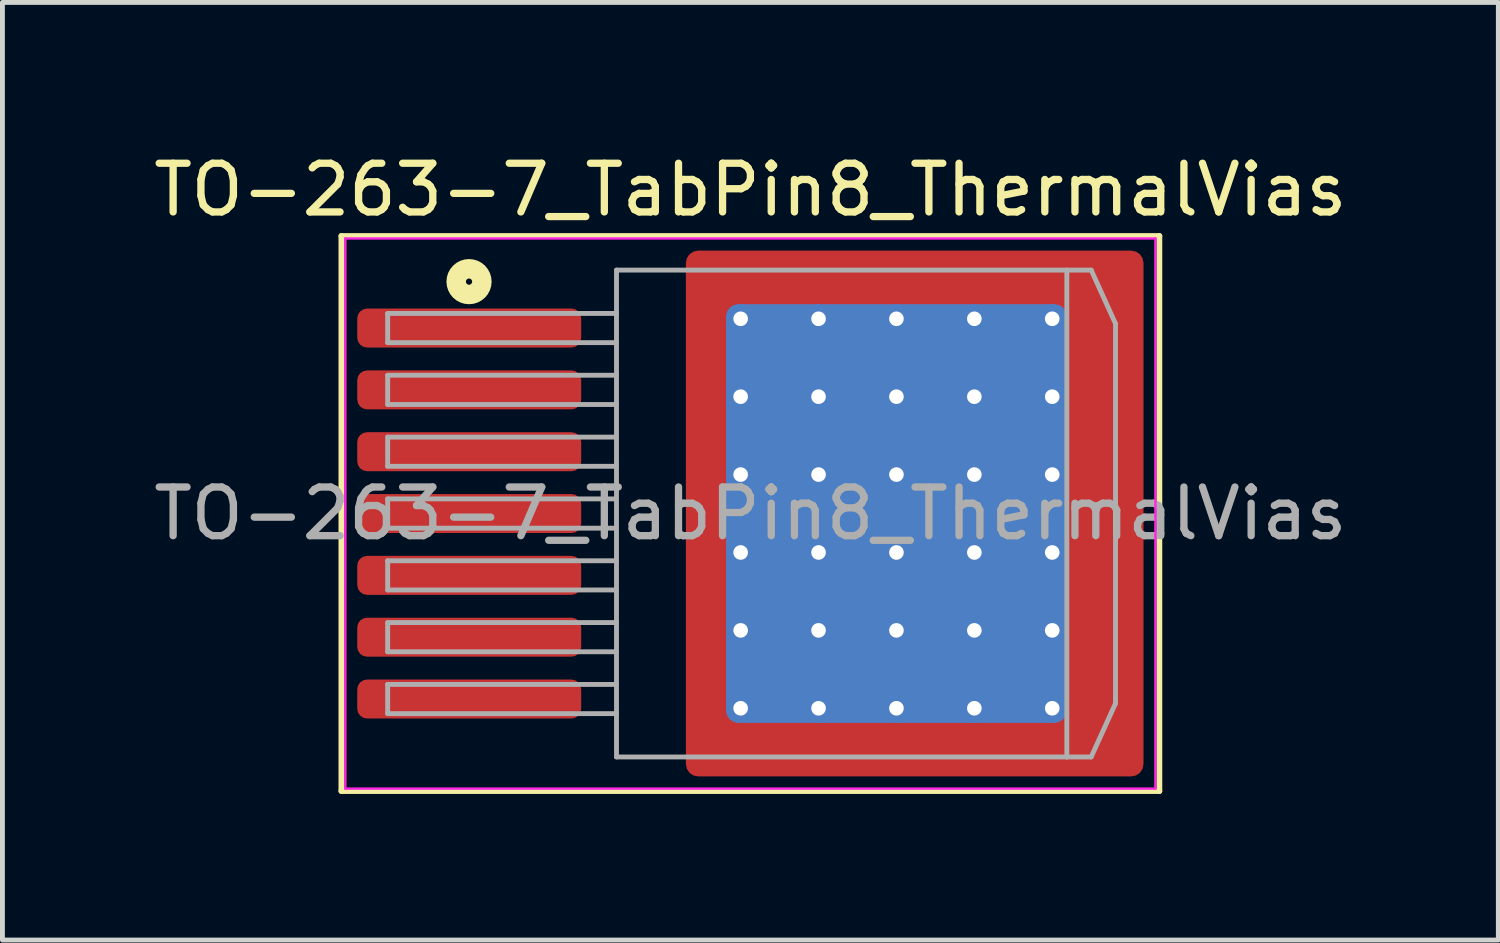
<source format=kicad_pcb>
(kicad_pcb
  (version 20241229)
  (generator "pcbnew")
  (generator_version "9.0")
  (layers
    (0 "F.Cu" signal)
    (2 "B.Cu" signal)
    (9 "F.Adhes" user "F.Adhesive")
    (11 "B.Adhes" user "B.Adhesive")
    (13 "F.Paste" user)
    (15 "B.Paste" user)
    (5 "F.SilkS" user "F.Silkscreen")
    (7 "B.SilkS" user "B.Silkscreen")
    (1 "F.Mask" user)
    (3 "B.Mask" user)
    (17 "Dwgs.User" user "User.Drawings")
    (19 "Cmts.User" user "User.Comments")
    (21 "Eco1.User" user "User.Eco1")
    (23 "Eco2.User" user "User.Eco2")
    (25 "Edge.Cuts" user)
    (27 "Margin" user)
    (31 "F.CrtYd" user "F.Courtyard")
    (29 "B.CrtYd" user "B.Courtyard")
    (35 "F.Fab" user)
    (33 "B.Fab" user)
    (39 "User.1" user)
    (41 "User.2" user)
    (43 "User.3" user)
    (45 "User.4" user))
  (footprint "TO-263-7_TabPin8_ThermalVias"
    (layer "F.Cu")
    (at 12.363 7.498)
    (property "Reference" "TO-263-7_TabPin8_ThermalVias" (at 0 -6.65 0) (layer "F.SilkS") (effects (font (size 1 1) (thickness 0.15))))
    (attr smd)
    (fp_line (start -8.4 -5.7) (end -8.4 5.7) (stroke (width 0.12) (type solid)) (layer "F.SilkS"))
    (fp_line (start -8.4 5.7) (end 8.4 5.7) (stroke (width 0.12) (type solid)) (layer "F.SilkS"))
    (fp_line (start 8.4 -5.7) (end -8.4 -5.7) (stroke (width 0.12) (type solid)) (layer "F.SilkS"))
    (fp_line (start 8.4 5.7) (end 8.4 -5.7) (stroke (width 0.12) (type solid)) (layer "F.SilkS"))
    (fp_circle (center -5.779 -4.763) (end -5.715 -4.763) (stroke (width 0.4) (type solid)) (fill no) (layer "F.SilkS"))
    (fp_line (start -8.32 -5.65) (end -8.32 5.65) (stroke (width 0.05) (type solid)) (layer "F.CrtYd"))
    (fp_line (start -8.32 5.65) (end 8.32 5.65) (stroke (width 0.05) (type solid)) (layer "F.CrtYd"))
    (fp_line (start 8.32 -5.65) (end -8.32 -5.65) (stroke (width 0.05) (type solid)) (layer "F.CrtYd"))
    (fp_line (start 8.32 5.65) (end 8.32 -5.65) (stroke (width 0.05) (type solid)) (layer "F.CrtYd"))
    (fp_line (start -7.45 -4.11) (end -7.45 -3.51) (stroke (width 0.1) (type solid)) (layer "F.Fab"))
    (fp_line (start -7.45 -3.51) (end -2.75 -3.51) (stroke (width 0.1) (type solid)) (layer "F.Fab"))
    (fp_line (start -7.45 -2.84) (end -7.45 -2.24) (stroke (width 0.1) (type solid)) (layer "F.Fab"))
    (fp_line (start -7.45 -2.24) (end -2.75 -2.24) (stroke (width 0.1) (type solid)) (layer "F.Fab"))
    (fp_line (start -7.45 -1.57) (end -7.45 -0.97) (stroke (width 0.1) (type solid)) (layer "F.Fab"))
    (fp_line (start -7.45 -0.97) (end -2.75 -0.97) (stroke (width 0.1) (type solid)) (layer "F.Fab"))
    (fp_line (start -7.45 -0.3) (end -7.45 0.3) (stroke (width 0.1) (type solid)) (layer "F.Fab"))
    (fp_line (start -7.45 0.3) (end -2.75 0.3) (stroke (width 0.1) (type solid)) (layer "F.Fab"))
    (fp_line (start -7.45 0.97) (end -7.45 1.57) (stroke (width 0.1) (type solid)) (layer "F.Fab"))
    (fp_line (start -7.45 1.57) (end -2.75 1.57) (stroke (width 0.1) (type solid)) (layer "F.Fab"))
    (fp_line (start -7.45 2.24) (end -7.45 2.84) (stroke (width 0.1) (type solid)) (layer "F.Fab"))
    (fp_line (start -7.45 2.84) (end -2.75 2.84) (stroke (width 0.1) (type solid)) (layer "F.Fab"))
    (fp_line (start -7.45 3.51) (end -7.45 4.11) (stroke (width 0.1) (type solid)) (layer "F.Fab"))
    (fp_line (start -7.45 4.11) (end -2.75 4.11) (stroke (width 0.1) (type solid)) (layer "F.Fab"))
    (fp_line (start -2.75 -5) (end 6.5 -5) (stroke (width 0.1) (type solid)) (layer "F.Fab"))
    (fp_line (start -2.75 -4.11) (end -7.45 -4.11) (stroke (width 0.1) (type solid)) (layer "F.Fab"))
    (fp_line (start -2.75 -2.84) (end -7.45 -2.84) (stroke (width 0.1) (type solid)) (layer "F.Fab"))
    (fp_line (start -2.75 -1.57) (end -7.45 -1.57) (stroke (width 0.1) (type solid)) (layer "F.Fab"))
    (fp_line (start -2.75 -0.3) (end -7.45 -0.3) (stroke (width 0.1) (type solid)) (layer "F.Fab"))
    (fp_line (start -2.75 0.97) (end -7.45 0.97) (stroke (width 0.1) (type solid)) (layer "F.Fab"))
    (fp_line (start -2.75 2.24) (end -7.45 2.24) (stroke (width 0.1) (type solid)) (layer "F.Fab"))
    (fp_line (start -2.75 3.51) (end -7.45 3.51) (stroke (width 0.1) (type solid)) (layer "F.Fab"))
    (fp_line (start -2.75 5) (end -2.75 -5) (stroke (width 0.1) (type solid)) (layer "F.Fab"))
    (fp_line (start 6.5 -5) (end 6.5 5) (stroke (width 0.1) (type solid)) (layer "F.Fab"))
    (fp_line (start 6.5 -5) (end 7 -5) (stroke (width 0.1) (type solid)) (layer "F.Fab"))
    (fp_line (start 6.5 5) (end -2.75 5) (stroke (width 0.1) (type solid)) (layer "F.Fab"))
    (fp_line (start 6.5 5) (end 7 5) (stroke (width 0.1) (type solid)) (layer "F.Fab"))
    (fp_line (start 7 -5) (end 7.5 -3.9) (stroke (width 0.1) (type solid)) (layer "F.Fab"))
    (fp_line (start 7 5) (end 7.5 3.9) (stroke (width 0.1) (type solid)) (layer "F.Fab"))
    (fp_line (start 7.5 -3.9) (end 7.5 3.9) (stroke (width 0.1) (type solid)) (layer "F.Fab"))
    (fp_text user "${REFERENCE}" (at 0 0 0) (layer "F.Fab") (effects (font (size 1 1) (thickness 0.15))))
    (pad "" smd roundrect (at -0.75 -4.65 90) (size 1.1 0.9) (layers "F.Paste") (roundrect_rratio 0.25))
    (pad "" smd roundrect (at -0.75 -3.2 90) (size 1.4 0.9) (layers "F.Paste") (roundrect_rratio 0.25))
    (pad "" smd roundrect (at -0.75 -1.6 90) (size 1.4 0.9) (layers "F.Paste") (roundrect_rratio 0.25))
    (pad "" smd roundrect (at -0.75 0 90) (size 1.4 0.9) (layers "F.Paste") (roundrect_rratio 0.25))
    (pad "" smd roundrect (at -0.75 1.6 90) (size 1.4 0.9) (layers "F.Paste") (roundrect_rratio 0.25))
    (pad "" smd roundrect (at -0.75 3.2 90) (size 1.4 0.9) (layers "F.Paste") (roundrect_rratio 0.25))
    (pad "" smd roundrect (at -0.75 4.65 90) (size 1.1 0.9) (layers "F.Paste") (roundrect_rratio 0.25))
    (pad "" smd roundrect (at 0.6 -4.65) (size 1.4 1.1) (layers "F.Paste") (roundrect_rratio 0.227))
    (pad "" smd roundrect (at 0.6 -3.2) (size 1.4 1.4) (layers "F.Paste") (roundrect_rratio 0.179))
    (pad "" smd roundrect (at 0.6 -1.6) (size 1.4 1.4) (layers "F.Paste") (roundrect_rratio 0.179))
    (pad "" smd roundrect (at 0.6 0) (size 1.4 1.4) (layers "F.Paste") (roundrect_rratio 0.179))
    (pad "" smd roundrect (at 0.6 1.6) (size 1.4 1.4) (layers "F.Paste") (roundrect_rratio 0.179))
    (pad "" smd roundrect (at 0.6 3.2) (size 1.4 1.4) (layers "F.Paste") (roundrect_rratio 0.179))
    (pad "" smd roundrect (at 0.6 4.65) (size 1.4 1.1) (layers "F.Paste") (roundrect_rratio 0.227))
    (pad "" smd roundrect (at 2.2 -4.65) (size 1.4 1.1) (layers "F.Paste") (roundrect_rratio 0.227))
    (pad "" smd roundrect (at 2.2 -3.2) (size 1.4 1.4) (layers "F.Paste") (roundrect_rratio 0.179))
    (pad "" smd roundrect (at 2.2 -1.6) (size 1.4 1.4) (layers "F.Paste") (roundrect_rratio 0.179))
    (pad "" smd roundrect (at 2.2 0) (size 1.4 1.4) (layers "F.Paste") (roundrect_rratio 0.179))
    (pad "" smd roundrect (at 2.2 1.6) (size 1.4 1.4) (layers "F.Paste") (roundrect_rratio 0.179))
    (pad "" smd roundrect (at 2.2 3.2) (size 1.4 1.4) (layers "F.Paste") (roundrect_rratio 0.179))
    (pad "" smd roundrect (at 2.2 4.65) (size 1.4 1.1) (layers "F.Paste") (roundrect_rratio 0.227))
    (pad "" smd roundrect (at 3.8 -4.65) (size 1.4 1.1) (layers "F.Paste") (roundrect_rratio 0.227))
    (pad "" smd roundrect (at 3.8 -3.2) (size 1.4 1.4) (layers "F.Paste") (roundrect_rratio 0.179))
    (pad "" smd roundrect (at 3.8 -1.6) (size 1.4 1.4) (layers "F.Paste") (roundrect_rratio 0.179))
    (pad "" smd roundrect (at 3.8 0) (size 1.4 1.4) (layers "F.Paste") (roundrect_rratio 0.179))
    (pad "" smd roundrect (at 3.8 1.6) (size 1.4 1.4) (layers "F.Paste") (roundrect_rratio 0.179))
    (pad "" smd roundrect (at 3.8 3.2) (size 1.4 1.4) (layers "F.Paste") (roundrect_rratio 0.179))
    (pad "" smd roundrect (at 3.8 4.65) (size 1.4 1.1) (layers "F.Paste") (roundrect_rratio 0.227))
    (pad "" smd roundrect (at 5.45 -4.65) (size 1.4 1.1) (layers "F.Paste") (roundrect_rratio 0.227))
    (pad "" smd roundrect (at 5.45 -3.2) (size 1.4 1.4) (layers "F.Paste") (roundrect_rratio 0.179))
    (pad "" smd roundrect (at 5.45 -1.6) (size 1.4 1.4) (layers "F.Paste") (roundrect_rratio 0.179))
    (pad "" smd roundrect (at 5.45 0) (size 1.4 1.4) (layers "F.Paste") (roundrect_rratio 0.179))
    (pad "" smd roundrect (at 5.45 1.6) (size 1.4 1.4) (layers "F.Paste") (roundrect_rratio 0.179))
    (pad "" smd roundrect (at 5.45 3.2) (size 1.4 1.4) (layers "F.Paste") (roundrect_rratio 0.179))
    (pad "" smd roundrect (at 5.45 4.65) (size 1.4 1.1) (layers "F.Paste") (roundrect_rratio 0.227))
    (pad "" smd roundrect (at 7.05 -4.65) (size 1.4 1.1) (layers "F.Paste") (roundrect_rratio 0.227))
    (pad "" smd roundrect (at 7.05 -3.2) (size 1.4 1.4) (layers "F.Paste") (roundrect_rratio 0.179))
    (pad "" smd roundrect (at 7.05 -1.6) (size 1.4 1.4) (layers "F.Paste") (roundrect_rratio 0.179))
    (pad "" smd roundrect (at 7.05 0) (size 1.4 1.4) (layers "F.Paste") (roundrect_rratio 0.179))
    (pad "" smd roundrect (at 7.05 1.6) (size 1.4 1.4) (layers "F.Paste") (roundrect_rratio 0.179))
    (pad "" smd roundrect (at 7.05 3.2) (size 1.4 1.4) (layers "F.Paste") (roundrect_rratio 0.179))
    (pad "" smd roundrect (at 7.05 4.65) (size 1.4 1.1) (layers "F.Paste") (roundrect_rratio 0.227))
    (pad "1" smd roundrect (at -5.775 -3.81) (size 4.6 0.8) (layers "F.Cu" "F.Mask" "F.Paste") (roundrect_rratio 0.25))
    (pad "2" smd roundrect (at -5.775 -2.54) (size 4.6 0.8) (layers "F.Cu" "F.Mask" "F.Paste") (roundrect_rratio 0.25))
    (pad "3" smd roundrect (at -5.775 -1.27) (size 4.6 0.8) (layers "F.Cu" "F.Mask" "F.Paste") (roundrect_rratio 0.25))
    (pad "4" smd roundrect (at -5.775 0) (size 4.6 0.8) (layers "F.Cu" "F.Mask" "F.Paste") (roundrect_rratio 0.25))
    (pad "5" smd roundrect (at -5.775 1.27) (size 4.6 0.8) (layers "F.Cu" "F.Mask" "F.Paste") (roundrect_rratio 0.25))
    (pad "6" smd roundrect (at -5.775 2.54) (size 4.6 0.8) (layers "F.Cu" "F.Mask" "F.Paste") (roundrect_rratio 0.25))
    (pad "7" smd roundrect (at -5.775 3.81) (size 4.6 0.8) (layers "F.Cu" "F.Mask" "F.Paste") (roundrect_rratio 0.25))
    (pad "8" thru_hole circle (at -0.2 -4) (size 0.6 0.6) (drill 0.3) (property pad_prop_heatsink) (layers "*.Cu"))
    (pad "8" thru_hole circle (at -0.2 -2.4) (size 0.6 0.6) (drill 0.3) (property pad_prop_heatsink) (layers "*.Cu"))
    (pad "8" thru_hole circle (at -0.2 -0.8) (size 0.6 0.6) (drill 0.3) (property pad_prop_heatsink) (layers "*.Cu"))
    (pad "8" thru_hole circle (at -0.2 0.8) (size 0.6 0.6) (drill 0.3) (property pad_prop_heatsink) (layers "*.Cu"))
    (pad "8" thru_hole circle (at -0.2 2.4) (size 0.6 0.6) (drill 0.3) (property pad_prop_heatsink) (layers "*.Cu"))
    (pad "8" thru_hole circle (at -0.2 4) (size 0.6 0.6) (drill 0.3) (property pad_prop_heatsink) (layers "*.Cu"))
    (pad "8" thru_hole circle (at 1.4 -4) (size 0.6 0.6) (drill 0.3) (property pad_prop_heatsink) (layers "*.Cu"))
    (pad "8" thru_hole circle (at 1.4 -2.4) (size 0.6 0.6) (drill 0.3) (property pad_prop_heatsink) (layers "*.Cu"))
    (pad "8" thru_hole circle (at 1.4 -0.8) (size 0.6 0.6) (drill 0.3) (property pad_prop_heatsink) (layers "*.Cu"))
    (pad "8" thru_hole circle (at 1.4 0.8) (size 0.6 0.6) (drill 0.3) (property pad_prop_heatsink) (layers "*.Cu"))
    (pad "8" thru_hole circle (at 1.4 2.4) (size 0.6 0.6) (drill 0.3) (property pad_prop_heatsink) (layers "*.Cu"))
    (pad "8" thru_hole circle (at 1.4 4) (size 0.6 0.6) (drill 0.3) (property pad_prop_heatsink) (layers "*.Cu"))
    (pad "8" thru_hole circle (at 3 -4) (size 0.6 0.6) (drill 0.3) (property pad_prop_heatsink) (layers "*.Cu"))
    (pad "8" thru_hole circle (at 3 -2.4) (size 0.6 0.6) (drill 0.3) (property pad_prop_heatsink) (layers "*.Cu"))
    (pad "8" thru_hole circle (at 3 -0.8) (size 0.6 0.6) (drill 0.3) (property pad_prop_heatsink) (layers "*.Cu"))
    (pad "8" smd roundrect (at 3 0) (size 7 8.6) (layers "B.Cu" "B.Mask") (roundrect_rratio 0.036))
    (pad "8" thru_hole circle (at 3 0.8) (size 0.6 0.6) (drill 0.3) (property pad_prop_heatsink) (layers "*.Cu"))
    (pad "8" thru_hole circle (at 3 2.4) (size 0.6 0.6) (drill 0.3) (property pad_prop_heatsink) (layers "*.Cu"))
    (pad "8" thru_hole circle (at 3 4) (size 0.6 0.6) (drill 0.3) (property pad_prop_heatsink) (layers "*.Cu"))
    (pad "8" smd roundrect (at 3.375 0) (size 9.4 10.8) (layers "F.Cu" "F.Mask") (roundrect_rratio 0.027))
    (pad "8" thru_hole circle (at 4.6 -4) (size 0.6 0.6) (drill 0.3) (property pad_prop_heatsink) (layers "*.Cu"))
    (pad "8" thru_hole circle (at 4.6 -2.4) (size 0.6 0.6) (drill 0.3) (property pad_prop_heatsink) (layers "*.Cu"))
    (pad "8" thru_hole circle (at 4.6 -0.8) (size 0.6 0.6) (drill 0.3) (property pad_prop_heatsink) (layers "*.Cu"))
    (pad "8" thru_hole circle (at 4.6 0.8) (size 0.6 0.6) (drill 0.3) (property pad_prop_heatsink) (layers "*.Cu"))
    (pad "8" thru_hole circle (at 4.6 2.4) (size 0.6 0.6) (drill 0.3) (property pad_prop_heatsink) (layers "*.Cu"))
    (pad "8" thru_hole circle (at 4.6 4) (size 0.6 0.6) (drill 0.3) (property pad_prop_heatsink) (layers "*.Cu"))
    (pad "8" thru_hole circle (at 6.2 -4) (size 0.6 0.6) (drill 0.3) (property pad_prop_heatsink) (layers "*.Cu"))
    (pad "8" thru_hole circle (at 6.2 -2.4) (size 0.6 0.6) (drill 0.3) (property pad_prop_heatsink) (layers "*.Cu"))
    (pad "8" thru_hole circle (at 6.2 -0.8) (size 0.6 0.6) (drill 0.3) (property pad_prop_heatsink) (layers "*.Cu"))
    (pad "8" thru_hole circle (at 6.2 0.8) (size 0.6 0.6) (drill 0.3) (property pad_prop_heatsink) (layers "*.Cu"))
    (pad "8" thru_hole circle (at 6.2 2.4) (size 0.6 0.6) (drill 0.3) (property pad_prop_heatsink) (layers "*.Cu"))
    (pad "8" thru_hole circle (at 6.2 4) (size 0.6 0.6) (drill 0.3) (property pad_prop_heatsink) (layers "*.Cu")))
  (gr_rect
    (start -3 -3)
    (end 27.726 16.258)
    (stroke (width 0.1) (type default))
    (fill no)
    (layer "Edge.Cuts")))
</source>
